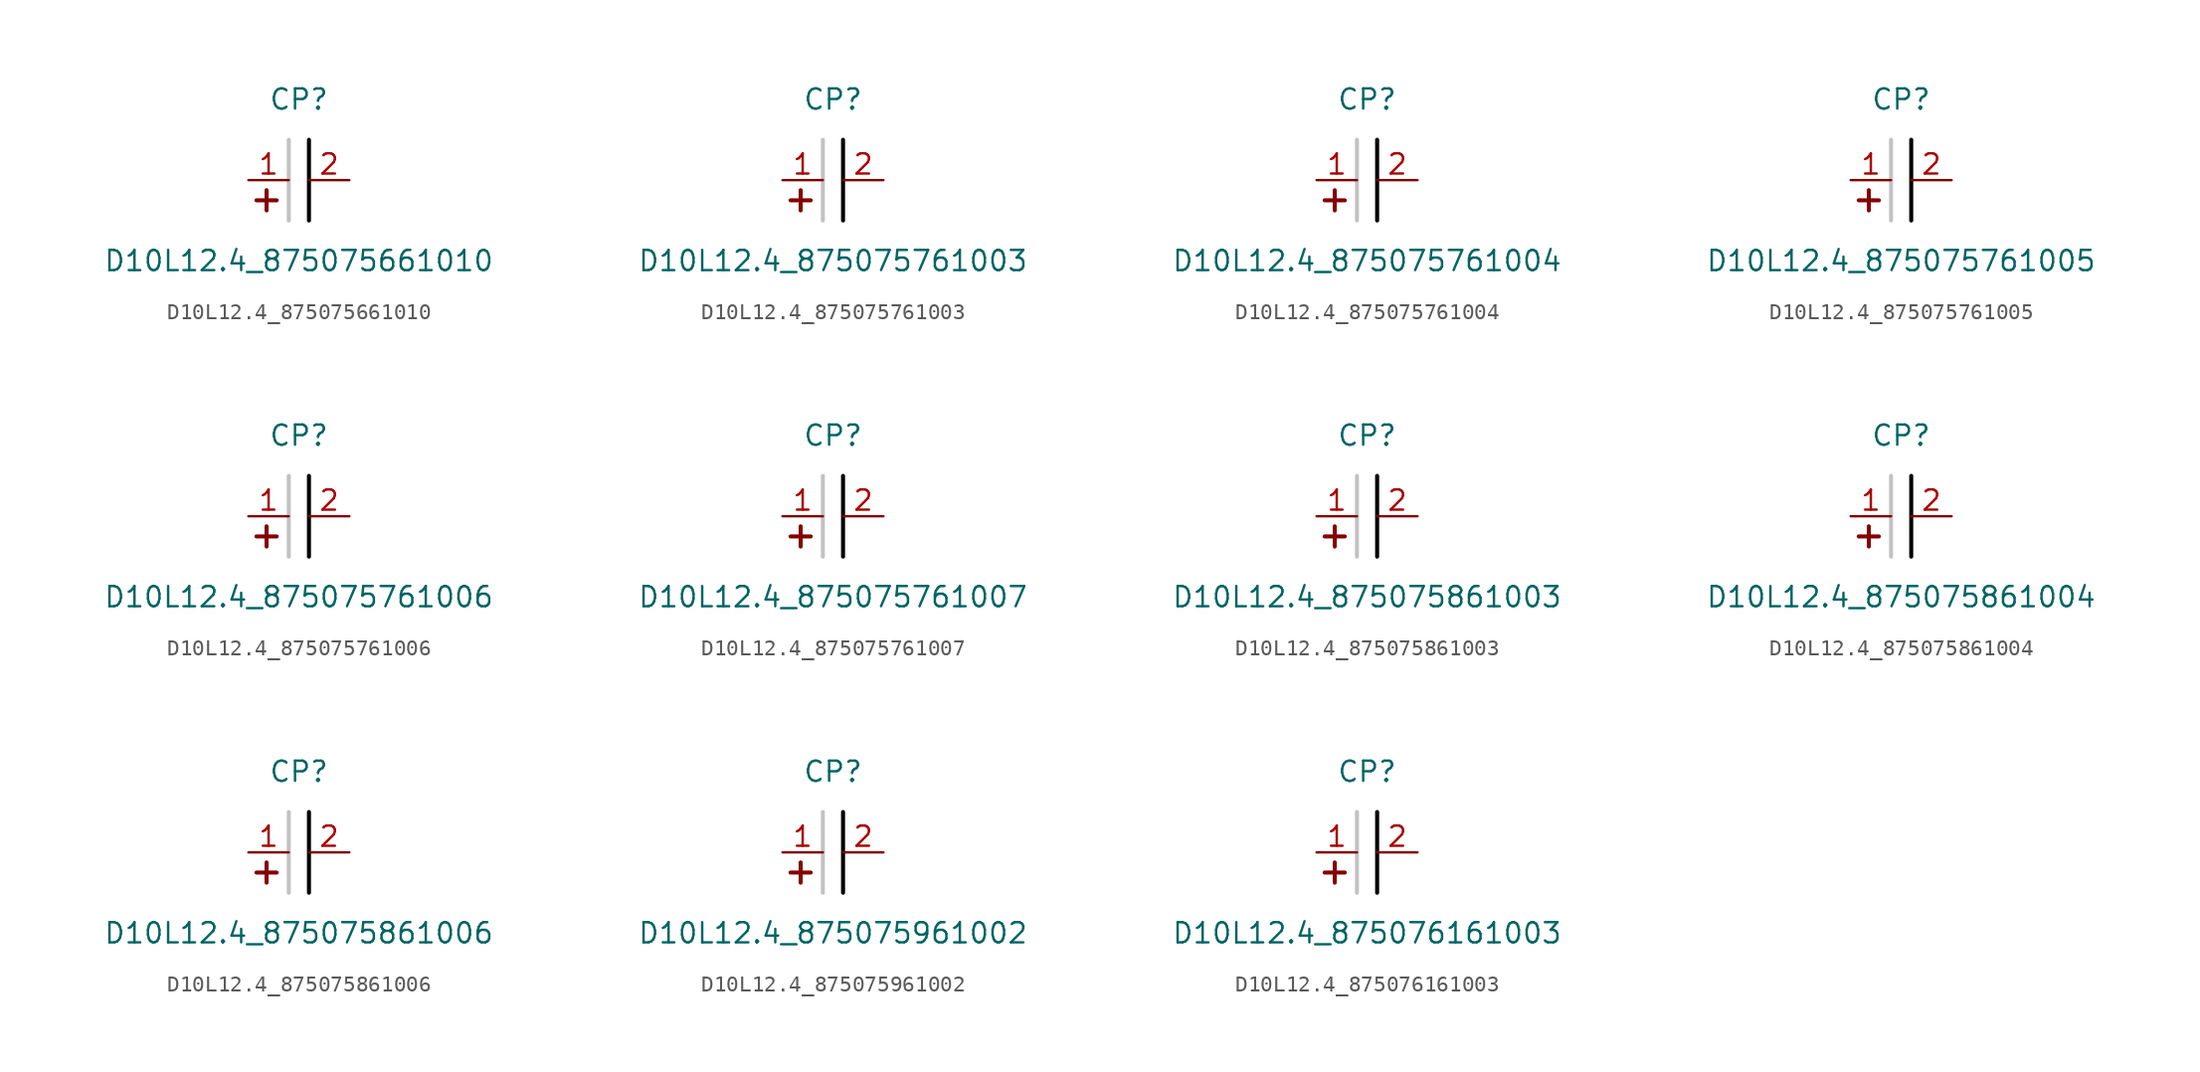
<source format=kicad_sym>
(kicad_symbol_lib
  (version 20220914)
  (generator kicad_symbol_editor)
  (symbol "D10L12.4_875075661010"
    (pin_names hide)
    (property "Reference" "CP"
      (at 0 5.08 0)
      (effects (font (size 1.27 1.27))))
    (property "Value" "D10L12.4_875075661010"
      (at 0 -5.08 0)
      (effects (font (size 1.27 1.27))))
    (symbol "D10L12.4_875075661010_1_1"
      (polyline (pts (xy -2.667 -1.27) (xy -1.397 -1.27)) (stroke (width 0.254) (type default)) (fill (type none)))
      (polyline (pts (xy -2.032 -0.635) (xy -2.032 -1.905)) (stroke (width 0.254) (type default)) (fill (type none)))
      (polyline (pts (xy -0.635 2.54) (xy -0.635 -2.54)) (stroke (width 0.254) (type default) (color 194 194 194 1)) (fill (type none)))
      (polyline (pts (xy 0.635 2.54) (xy 0.635 -2.54)) (stroke (width 0.254) (type default) (color 0 0 0 1)) (fill (type none)))
      (pin passive line (at -3.175 0 0) (length 2.54) (name "1" (effects (font (size 1.27 1.27)))) (number "1" (effects (font (size 1.27 1.27)))))
      (pin passive line (at 3.175 0 180) (length 2.54) (name "2" (effects (font (size 1.27 1.27)))) (number "2" (effects (font (size 1.27 1.27)))))))
  (symbol "D10L12.4_875075761003"
    (pin_names hide)
    (property "Reference" "CP"
      (at 0 5.08 0)
      (effects (font (size 1.27 1.27))))
    (property "Value" "D10L12.4_875075761003"
      (at 0 -5.08 0)
      (effects (font (size 1.27 1.27))))
    (symbol "D10L12.4_875075761003_1_1"
      (polyline (pts (xy -2.667 -1.27) (xy -1.397 -1.27)) (stroke (width 0.254) (type default)) (fill (type none)))
      (polyline (pts (xy -2.032 -0.635) (xy -2.032 -1.905)) (stroke (width 0.254) (type default)) (fill (type none)))
      (polyline (pts (xy -0.635 2.54) (xy -0.635 -2.54)) (stroke (width 0.254) (type default) (color 194 194 194 1)) (fill (type none)))
      (polyline (pts (xy 0.635 2.54) (xy 0.635 -2.54)) (stroke (width 0.254) (type default) (color 0 0 0 1)) (fill (type none)))
      (pin passive line (at -3.175 0 0) (length 2.54) (name "1" (effects (font (size 1.27 1.27)))) (number "1" (effects (font (size 1.27 1.27)))))
      (pin passive line (at 3.175 0 180) (length 2.54) (name "2" (effects (font (size 1.27 1.27)))) (number "2" (effects (font (size 1.27 1.27)))))))
  (symbol "D10L12.4_875075761004"
    (pin_names hide)
    (property "Reference" "CP"
      (at 0 5.08 0)
      (effects (font (size 1.27 1.27))))
    (property "Value" "D10L12.4_875075761004"
      (at 0 -5.08 0)
      (effects (font (size 1.27 1.27))))
    (symbol "D10L12.4_875075761004_1_1"
      (polyline (pts (xy -2.667 -1.27) (xy -1.397 -1.27)) (stroke (width 0.254) (type default)) (fill (type none)))
      (polyline (pts (xy -2.032 -0.635) (xy -2.032 -1.905)) (stroke (width 0.254) (type default)) (fill (type none)))
      (polyline (pts (xy -0.635 2.54) (xy -0.635 -2.54)) (stroke (width 0.254) (type default) (color 194 194 194 1)) (fill (type none)))
      (polyline (pts (xy 0.635 2.54) (xy 0.635 -2.54)) (stroke (width 0.254) (type default) (color 0 0 0 1)) (fill (type none)))
      (pin passive line (at -3.175 0 0) (length 2.54) (name "1" (effects (font (size 1.27 1.27)))) (number "1" (effects (font (size 1.27 1.27)))))
      (pin passive line (at 3.175 0 180) (length 2.54) (name "2" (effects (font (size 1.27 1.27)))) (number "2" (effects (font (size 1.27 1.27)))))))
  (symbol "D10L12.4_875075761005"
    (pin_names hide)
    (property "Reference" "CP"
      (at 0 5.08 0)
      (effects (font (size 1.27 1.27))))
    (property "Value" "D10L12.4_875075761005"
      (at 0 -5.08 0)
      (effects (font (size 1.27 1.27))))
    (symbol "D10L12.4_875075761005_1_1"
      (polyline (pts (xy -2.667 -1.27) (xy -1.397 -1.27)) (stroke (width 0.254) (type default)) (fill (type none)))
      (polyline (pts (xy -2.032 -0.635) (xy -2.032 -1.905)) (stroke (width 0.254) (type default)) (fill (type none)))
      (polyline (pts (xy -0.635 2.54) (xy -0.635 -2.54)) (stroke (width 0.254) (type default) (color 194 194 194 1)) (fill (type none)))
      (polyline (pts (xy 0.635 2.54) (xy 0.635 -2.54)) (stroke (width 0.254) (type default) (color 0 0 0 1)) (fill (type none)))
      (pin passive line (at -3.175 0 0) (length 2.54) (name "1" (effects (font (size 1.27 1.27)))) (number "1" (effects (font (size 1.27 1.27)))))
      (pin passive line (at 3.175 0 180) (length 2.54) (name "2" (effects (font (size 1.27 1.27)))) (number "2" (effects (font (size 1.27 1.27)))))))
  (symbol "D10L12.4_875075761006"
    (pin_names hide)
    (property "Reference" "CP"
      (at 0 5.08 0)
      (effects (font (size 1.27 1.27))))
    (property "Value" "D10L12.4_875075761006"
      (at 0 -5.08 0)
      (effects (font (size 1.27 1.27))))
    (symbol "D10L12.4_875075761006_1_1"
      (polyline (pts (xy -2.667 -1.27) (xy -1.397 -1.27)) (stroke (width 0.254) (type default)) (fill (type none)))
      (polyline (pts (xy -2.032 -0.635) (xy -2.032 -1.905)) (stroke (width 0.254) (type default)) (fill (type none)))
      (polyline (pts (xy -0.635 2.54) (xy -0.635 -2.54)) (stroke (width 0.254) (type default) (color 194 194 194 1)) (fill (type none)))
      (polyline (pts (xy 0.635 2.54) (xy 0.635 -2.54)) (stroke (width 0.254) (type default) (color 0 0 0 1)) (fill (type none)))
      (pin passive line (at -3.175 0 0) (length 2.54) (name "1" (effects (font (size 1.27 1.27)))) (number "1" (effects (font (size 1.27 1.27)))))
      (pin passive line (at 3.175 0 180) (length 2.54) (name "2" (effects (font (size 1.27 1.27)))) (number "2" (effects (font (size 1.27 1.27)))))))
  (symbol "D10L12.4_875075761007"
    (pin_names hide)
    (property "Reference" "CP"
      (at 0 5.08 0)
      (effects (font (size 1.27 1.27))))
    (property "Value" "D10L12.4_875075761007"
      (at 0 -5.08 0)
      (effects (font (size 1.27 1.27))))
    (symbol "D10L12.4_875075761007_1_1"
      (polyline (pts (xy -2.667 -1.27) (xy -1.397 -1.27)) (stroke (width 0.254) (type default)) (fill (type none)))
      (polyline (pts (xy -2.032 -0.635) (xy -2.032 -1.905)) (stroke (width 0.254) (type default)) (fill (type none)))
      (polyline (pts (xy -0.635 2.54) (xy -0.635 -2.54)) (stroke (width 0.254) (type default) (color 194 194 194 1)) (fill (type none)))
      (polyline (pts (xy 0.635 2.54) (xy 0.635 -2.54)) (stroke (width 0.254) (type default) (color 0 0 0 1)) (fill (type none)))
      (pin passive line (at -3.175 0 0) (length 2.54) (name "1" (effects (font (size 1.27 1.27)))) (number "1" (effects (font (size 1.27 1.27)))))
      (pin passive line (at 3.175 0 180) (length 2.54) (name "2" (effects (font (size 1.27 1.27)))) (number "2" (effects (font (size 1.27 1.27)))))))
  (symbol "D10L12.4_875075861003"
    (pin_names hide)
    (property "Reference" "CP"
      (at 0 5.08 0)
      (effects (font (size 1.27 1.27))))
    (property "Value" "D10L12.4_875075861003"
      (at 0 -5.08 0)
      (effects (font (size 1.27 1.27))))
    (symbol "D10L12.4_875075861003_1_1"
      (polyline (pts (xy -2.667 -1.27) (xy -1.397 -1.27)) (stroke (width 0.254) (type default)) (fill (type none)))
      (polyline (pts (xy -2.032 -0.635) (xy -2.032 -1.905)) (stroke (width 0.254) (type default)) (fill (type none)))
      (polyline (pts (xy -0.635 2.54) (xy -0.635 -2.54)) (stroke (width 0.254) (type default) (color 194 194 194 1)) (fill (type none)))
      (polyline (pts (xy 0.635 2.54) (xy 0.635 -2.54)) (stroke (width 0.254) (type default) (color 0 0 0 1)) (fill (type none)))
      (pin passive line (at -3.175 0 0) (length 2.54) (name "1" (effects (font (size 1.27 1.27)))) (number "1" (effects (font (size 1.27 1.27)))))
      (pin passive line (at 3.175 0 180) (length 2.54) (name "2" (effects (font (size 1.27 1.27)))) (number "2" (effects (font (size 1.27 1.27)))))))
  (symbol "D10L12.4_875075861004"
    (pin_names hide)
    (property "Reference" "CP"
      (at 0 5.08 0)
      (effects (font (size 1.27 1.27))))
    (property "Value" "D10L12.4_875075861004"
      (at 0 -5.08 0)
      (effects (font (size 1.27 1.27))))
    (symbol "D10L12.4_875075861004_1_1"
      (polyline (pts (xy -2.667 -1.27) (xy -1.397 -1.27)) (stroke (width 0.254) (type default)) (fill (type none)))
      (polyline (pts (xy -2.032 -0.635) (xy -2.032 -1.905)) (stroke (width 0.254) (type default)) (fill (type none)))
      (polyline (pts (xy -0.635 2.54) (xy -0.635 -2.54)) (stroke (width 0.254) (type default) (color 194 194 194 1)) (fill (type none)))
      (polyline (pts (xy 0.635 2.54) (xy 0.635 -2.54)) (stroke (width 0.254) (type default) (color 0 0 0 1)) (fill (type none)))
      (pin passive line (at -3.175 0 0) (length 2.54) (name "1" (effects (font (size 1.27 1.27)))) (number "1" (effects (font (size 1.27 1.27)))))
      (pin passive line (at 3.175 0 180) (length 2.54) (name "2" (effects (font (size 1.27 1.27)))) (number "2" (effects (font (size 1.27 1.27)))))))
  (symbol "D10L12.4_875075861006"
    (pin_names hide)
    (property "Reference" "CP"
      (at 0 5.08 0)
      (effects (font (size 1.27 1.27))))
    (property "Value" "D10L12.4_875075861006"
      (at 0 -5.08 0)
      (effects (font (size 1.27 1.27))))
    (symbol "D10L12.4_875075861006_1_1"
      (polyline (pts (xy -2.667 -1.27) (xy -1.397 -1.27)) (stroke (width 0.254) (type default)) (fill (type none)))
      (polyline (pts (xy -2.032 -0.635) (xy -2.032 -1.905)) (stroke (width 0.254) (type default)) (fill (type none)))
      (polyline (pts (xy -0.635 2.54) (xy -0.635 -2.54)) (stroke (width 0.254) (type default) (color 194 194 194 1)) (fill (type none)))
      (polyline (pts (xy 0.635 2.54) (xy 0.635 -2.54)) (stroke (width 0.254) (type default) (color 0 0 0 1)) (fill (type none)))
      (pin passive line (at -3.175 0 0) (length 2.54) (name "1" (effects (font (size 1.27 1.27)))) (number "1" (effects (font (size 1.27 1.27)))))
      (pin passive line (at 3.175 0 180) (length 2.54) (name "2" (effects (font (size 1.27 1.27)))) (number "2" (effects (font (size 1.27 1.27)))))))
  (symbol "D10L12.4_875075961002"
    (pin_names hide)
    (property "Reference" "CP"
      (at 0 5.08 0)
      (effects (font (size 1.27 1.27))))
    (property "Value" "D10L12.4_875075961002"
      (at 0 -5.08 0)
      (effects (font (size 1.27 1.27))))
    (symbol "D10L12.4_875075961002_1_1"
      (polyline (pts (xy -2.667 -1.27) (xy -1.397 -1.27)) (stroke (width 0.254) (type default)) (fill (type none)))
      (polyline (pts (xy -2.032 -0.635) (xy -2.032 -1.905)) (stroke (width 0.254) (type default)) (fill (type none)))
      (polyline (pts (xy -0.635 2.54) (xy -0.635 -2.54)) (stroke (width 0.254) (type default) (color 194 194 194 1)) (fill (type none)))
      (polyline (pts (xy 0.635 2.54) (xy 0.635 -2.54)) (stroke (width 0.254) (type default) (color 0 0 0 1)) (fill (type none)))
      (pin passive line (at -3.175 0 0) (length 2.54) (name "1" (effects (font (size 1.27 1.27)))) (number "1" (effects (font (size 1.27 1.27)))))
      (pin passive line (at 3.175 0 180) (length 2.54) (name "2" (effects (font (size 1.27 1.27)))) (number "2" (effects (font (size 1.27 1.27)))))))
  (symbol "D10L12.4_875076161003"
    (pin_names hide)
    (property "Reference" "CP"
      (at 0 5.08 0)
      (effects (font (size 1.27 1.27))))
    (property "Value" "D10L12.4_875076161003"
      (at 0 -5.08 0)
      (effects (font (size 1.27 1.27))))
    (symbol "D10L12.4_875076161003_1_1"
      (polyline (pts (xy -2.667 -1.27) (xy -1.397 -1.27)) (stroke (width 0.254) (type default)) (fill (type none)))
      (polyline (pts (xy -2.032 -0.635) (xy -2.032 -1.905)) (stroke (width 0.254) (type default)) (fill (type none)))
      (polyline (pts (xy -0.635 2.54) (xy -0.635 -2.54)) (stroke (width 0.254) (type default) (color 194 194 194 1)) (fill (type none)))
      (polyline (pts (xy 0.635 2.54) (xy 0.635 -2.54)) (stroke (width 0.254) (type default) (color 0 0 0 1)) (fill (type none)))
      (pin passive line (at -3.175 0 0) (length 2.54) (name "1" (effects (font (size 1.27 1.27)))) (number "1" (effects (font (size 1.27 1.27)))))
      (pin passive line (at 3.175 0 180) (length 2.54) (name "2" (effects (font (size 1.27 1.27)))) (number "2" (effects (font (size 1.27 1.27))))))))
</source>
